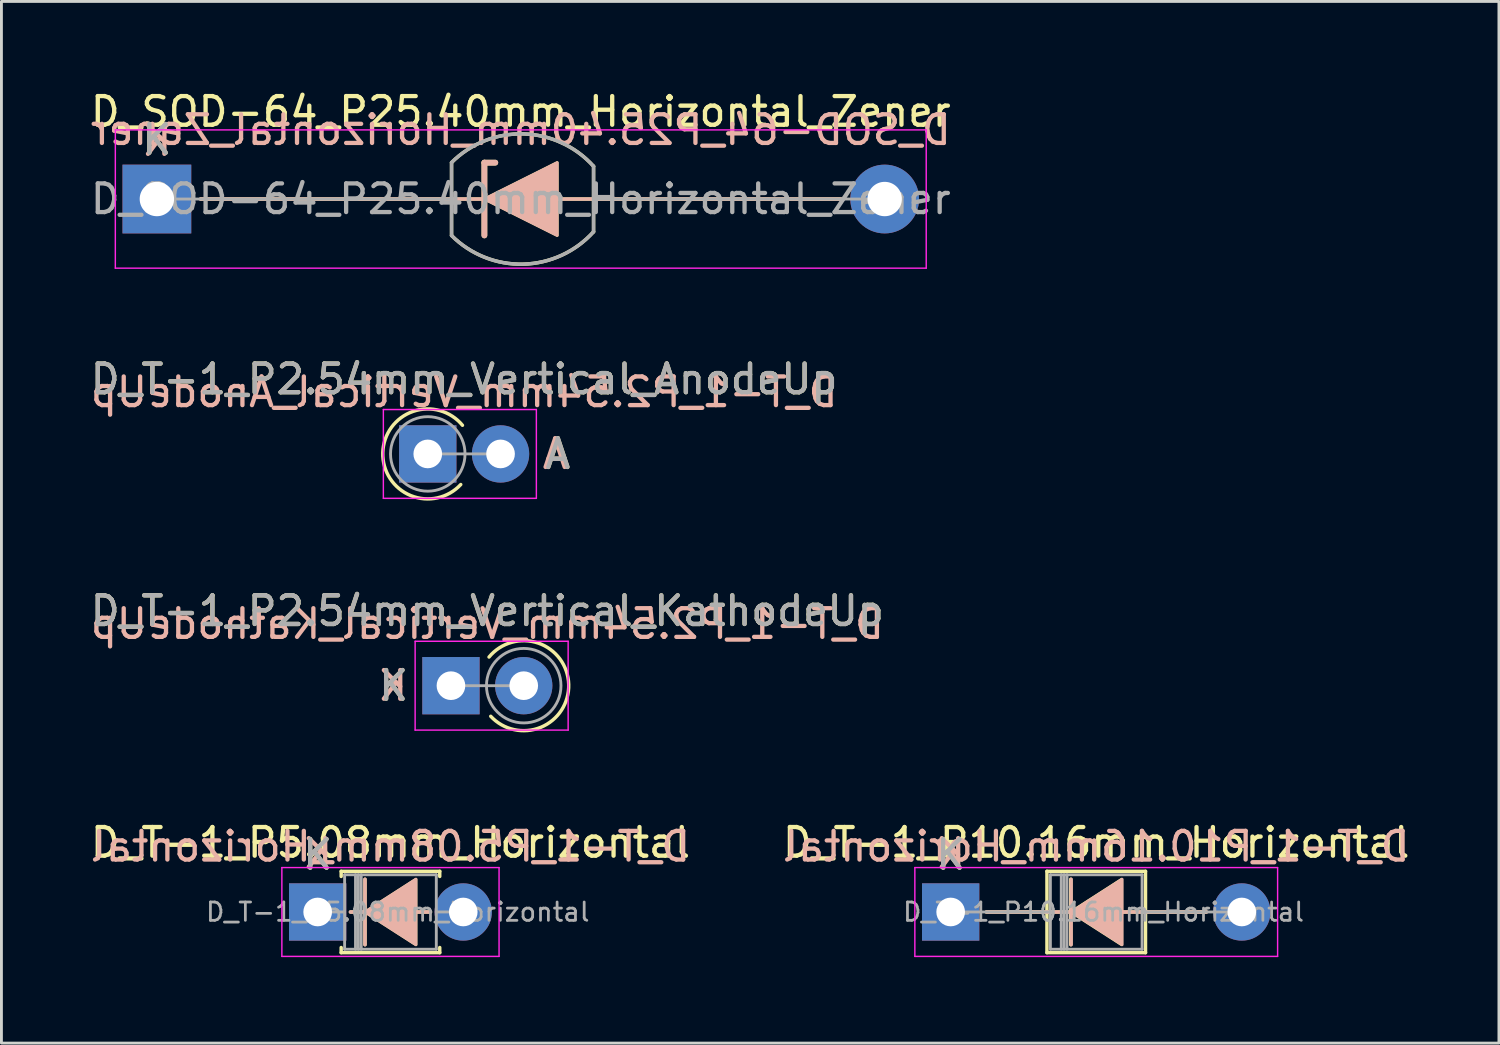
<source format=kicad_pcb>
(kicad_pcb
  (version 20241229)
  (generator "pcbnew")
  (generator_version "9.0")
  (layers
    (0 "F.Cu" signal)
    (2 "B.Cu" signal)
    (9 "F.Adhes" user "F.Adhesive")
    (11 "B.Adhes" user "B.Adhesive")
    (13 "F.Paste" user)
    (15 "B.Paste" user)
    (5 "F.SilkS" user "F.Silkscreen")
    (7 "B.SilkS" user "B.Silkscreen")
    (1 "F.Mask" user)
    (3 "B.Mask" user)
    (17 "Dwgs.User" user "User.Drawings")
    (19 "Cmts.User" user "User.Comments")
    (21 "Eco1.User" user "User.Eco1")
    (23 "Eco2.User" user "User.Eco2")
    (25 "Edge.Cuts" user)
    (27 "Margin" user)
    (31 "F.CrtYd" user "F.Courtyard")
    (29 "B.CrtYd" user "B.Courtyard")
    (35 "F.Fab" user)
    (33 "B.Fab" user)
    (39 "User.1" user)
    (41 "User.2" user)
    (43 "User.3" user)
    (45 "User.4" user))
  (footprint "D_T-1_P5.08mm_Horizontal"
    (layer "F.Cu")
    (at 8.037 28.778)
    (property "Reference" "D_T-1_P5.08mm_Horizontal" (at 2.54 -2.42 0) (layer "F.SilkS") (effects (font (size 1 1) (thickness 0.15))))
    (fp_line (start 0.82 -1.42) (end 4.26 -1.42) (stroke (width 0.12) (type solid)) (layer "F.SilkS"))
    (fp_line (start 0.82 -1.24) (end 0.82 -1.42) (stroke (width 0.12) (type solid)) (layer "F.SilkS"))
    (fp_line (start 0.82 1.24) (end 0.82 1.42) (stroke (width 0.12) (type solid)) (layer "F.SilkS"))
    (fp_line (start 0.82 1.42) (end 4.26 1.42) (stroke (width 0.12) (type solid)) (layer "F.SilkS"))
    (fp_line (start 1.651 -1.143) (end 1.651 1.143) (stroke (width 0.12) (type solid)) (layer "F.SilkS"))
    (fp_line (start 1.778 0) (end 1.143 0) (stroke (width 0.12) (type solid)) (layer "F.SilkS"))
    (fp_line (start 3.429 0) (end 3.937 0) (stroke (width 0.12) (type solid)) (layer "F.SilkS"))
    (fp_line (start 4.26 -1.42) (end 4.26 -1.24) (stroke (width 0.12) (type solid)) (layer "F.SilkS"))
    (fp_line (start 4.26 1.42) (end 4.26 1.24) (stroke (width 0.12) (type solid)) (layer "F.SilkS"))
    (fp_poly (pts (xy 3.429 1.143) (xy 1.651 0) (xy 3.429 -1.143)) (stroke (width 0.1) (type solid)) (fill yes) (layer "F.SilkS"))
    (fp_line (start 1.651 1.143) (end 1.651 -1.143) (stroke (width 0.12) (type solid)) (layer "B.SilkS"))
    (fp_line (start 1.778 0) (end 1.143 0) (stroke (width 0.12) (type solid)) (layer "B.SilkS"))
    (fp_line (start 3.429 0) (end 3.937 0) (stroke (width 0.12) (type solid)) (layer "B.SilkS"))
    (fp_poly (pts (xy 3.429 -1.143) (xy 1.651 0) (xy 3.429 1.143)) (stroke (width 0.1) (type solid)) (fill yes) (layer "B.SilkS"))
    (fp_line (start -1.25 -1.55) (end -1.25 1.55) (stroke (width 0.05) (type solid)) (layer "F.CrtYd"))
    (fp_line (start -1.25 1.55) (end 6.33 1.55) (stroke (width 0.05) (type solid)) (layer "F.CrtYd"))
    (fp_line (start 6.33 -1.55) (end -1.25 -1.55) (stroke (width 0.05) (type solid)) (layer "F.CrtYd"))
    (fp_line (start 6.33 1.55) (end 6.33 -1.55) (stroke (width 0.05) (type solid)) (layer "F.CrtYd"))
    (fp_line (start 0 0) (end 0.94 0) (stroke (width 0.1) (type solid)) (layer "F.Fab"))
    (fp_line (start 0.94 -1.3) (end 0.94 1.3) (stroke (width 0.1) (type solid)) (layer "F.Fab"))
    (fp_line (start 0.94 1.3) (end 4.14 1.3) (stroke (width 0.1) (type solid)) (layer "F.Fab"))
    (fp_line (start 1.32 -1.3) (end 1.32 1.3) (stroke (width 0.1) (type solid)) (layer "F.Fab"))
    (fp_line (start 1.42 -1.3) (end 1.42 1.3) (stroke (width 0.1) (type solid)) (layer "F.Fab"))
    (fp_line (start 1.52 -1.3) (end 1.52 1.3) (stroke (width 0.1) (type solid)) (layer "F.Fab"))
    (fp_line (start 4.14 -1.3) (end 0.94 -1.3) (stroke (width 0.1) (type solid)) (layer "F.Fab"))
    (fp_line (start 4.14 1.3) (end 4.14 -1.3) (stroke (width 0.1) (type solid)) (layer "F.Fab"))
    (fp_line (start 5.08 0) (end 4.14 0) (stroke (width 0.1) (type solid)) (layer "F.Fab"))
    (fp_text user "K" (at 0 -2 0) (layer "F.SilkS") (effects (font (size 1 1) (thickness 0.15))))
    (fp_text user "K" (at 0 -2.032 0) (layer "B.SilkS") (effects (font (size 1 1) (thickness 0.15)) (justify mirror)))
    (fp_text user "${REFERENCE}" (at 2.54 -2.286 0) (layer "B.SilkS") (effects (font (size 1 1) (thickness 0.15)) (justify mirror)))
    (fp_text user "K" (at 0 -2 0) (layer "F.Fab") (effects (font (size 1 1) (thickness 0.15))))
    (fp_text user "${REFERENCE}" (at 2.794 0 0) (layer "F.Fab") (effects (font (size 0.64 0.64) (thickness 0.096))))
    (pad "1" thru_hole rect (at 0 0) (size 2 2) (drill 1) (layers "*.Cu" "*.Mask"))
    (pad "2" thru_hole oval (at 5.08 0) (size 2 2) (drill 1) (layers "*.Cu" "*.Mask")))
  (footprint "D_SOD-64_P25.40mm_Horizontal_Zener"
    (layer "F.Cu")
    (at 2.425 3.896)
    (property "Reference" "D_SOD-64_P25.40mm_Horizontal_Zener" (at 12.7 -3.048 0) (layer "F.SilkS") (effects (font (size 1 1) (thickness 0.15))))
    (fp_line (start 1.524 0) (end 23.876 0) (stroke (width 0.12) (type solid)) (layer "F.SilkS"))
    (fp_line (start 10.284 1.27) (end 10.284 -1.273) (stroke (width 0.12) (type solid)) (layer "F.SilkS"))
    (fp_line (start 11.43 -1.27) (end 11.811 -1.27) (stroke (width 0.2) (type solid)) (layer "F.SilkS"))
    (fp_line (start 11.43 1.27) (end 11.43 -1.27) (stroke (width 0.2) (type solid)) (layer "F.SilkS"))
    (fp_line (start 15.24 -1.143) (end 15.24 1.143) (stroke (width 0.12) (type solid)) (layer "F.SilkS"))
    (fp_arc (start 10.28366 -1.27334) (mid 12.789833 -2.273039) (end 15.239998 -1.143) (stroke (width 0.12) (type solid)) (layer "F.SilkS"))
    (fp_arc (start 15.24 1.143) (mid 12.790216 2.273029) (end 10.284202 1.273879) (stroke (width 0.12) (type solid)) (layer "F.SilkS"))
    (fp_poly (pts (xy 13.97 1.27) (xy 11.43 0) (xy 13.97 -1.27)) (stroke (width 0.1) (type solid)) (fill yes) (layer "F.SilkS"))
    (fp_line (start 1.524 0) (end 23.876 0) (stroke (width 0.12) (type solid)) (layer "B.SilkS"))
    (fp_line (start 11.43 -1.27) (end 11.43 1.27) (stroke (width 0.2) (type solid)) (layer "B.SilkS"))
    (fp_line (start 11.43 -1.27) (end 11.811 -1.27) (stroke (width 0.2) (type solid)) (layer "B.SilkS"))
    (fp_poly (pts (xy 13.97 -1.27) (xy 11.43 0) (xy 13.97 1.27)) (stroke (width 0.1) (type solid)) (fill yes) (layer "B.SilkS"))
    (fp_line (start -1.45 -2.413) (end -1.45 2.413) (stroke (width 0.05) (type solid)) (layer "F.CrtYd"))
    (fp_line (start -1.45 2.413) (end 26.85 2.413) (stroke (width 0.05) (type solid)) (layer "F.CrtYd"))
    (fp_line (start 26.85 -2.413) (end -1.45 -2.413) (stroke (width 0.05) (type solid)) (layer "F.CrtYd"))
    (fp_line (start 26.85 2.413) (end 26.85 -2.413) (stroke (width 0.05) (type solid)) (layer "F.CrtYd"))
    (fp_line (start 0 0) (end 10.284 0.000269) (stroke (width 0.1) (type solid)) (layer "F.Fab"))
    (fp_line (start 10.284 1.274) (end 10.284 -1.273) (stroke (width 0.12) (type solid)) (layer "F.Fab"))
    (fp_line (start 15.24 -1.143) (end 15.24 1.143) (stroke (width 0.12) (type solid)) (layer "F.Fab"))
    (fp_line (start 25.4 0) (end 15.24 0) (stroke (width 0.1) (type solid)) (layer "F.Fab"))
    (fp_arc (start 10.2842 -1.273879) (mid 12.790214 -2.273029) (end 15.239998 -1.143) (stroke (width 0.12) (type solid)) (layer "F.Fab"))
    (fp_arc (start 15.24 1.143) (mid 12.790216 2.273029) (end 10.284202 1.273879) (stroke (width 0.12) (type solid)) (layer "F.Fab"))
    (fp_text user "K" (at 0 -2.073 0) (layer "F.SilkS") (effects (font (size 1 1) (thickness 0.15))))
    (fp_text user "K" (at 0 -2.032 0) (layer "B.SilkS") (effects (font (size 1 1) (thickness 0.15)) (justify mirror)))
    (fp_text user "${REFERENCE}" (at 12.7 -2.413 0) (layer "B.SilkS") (effects (font (size 1 1) (thickness 0.15)) (justify mirror)))
    (fp_text user "${REFERENCE}" (at 12.7 0 0) (layer "F.Fab") (effects (font (size 1 1) (thickness 0.15))))
    (fp_text user "K" (at 0 -2.073 0) (layer "F.Fab") (effects (font (size 1 1) (thickness 0.15))))
    (pad "1" thru_hole rect (at 0 0) (size 2.4 2.4) (drill 1.2) (layers "*.Cu" "*.Mask"))
    (pad "2" thru_hole oval (at 25.4 0) (size 2.4 2.4) (drill 1.2) (layers "*.Cu" "*.Mask")))
  (footprint "D_T-1_P10.16mm_Horizontal"
    (layer "F.Cu")
    (at 30.128 28.778)
    (property "Reference" "D_T-1_P10.16mm_Horizontal" (at 5.08 -2.42 0) (layer "F.SilkS") (effects (font (size 1 1) (thickness 0.15))))
    (fp_line (start 1.24 0) (end 3.36 0) (stroke (width 0.12) (type solid)) (layer "F.SilkS"))
    (fp_line (start 3.36 -1.42) (end 3.36 1.42) (stroke (width 0.12) (type solid)) (layer "F.SilkS"))
    (fp_line (start 3.36 1.42) (end 6.8 1.42) (stroke (width 0.12) (type solid)) (layer "F.SilkS"))
    (fp_line (start 4.191 -1.143) (end 4.191 1.143) (stroke (width 0.12) (type solid)) (layer "F.SilkS"))
    (fp_line (start 4.318 0) (end 3.36 0) (stroke (width 0.12) (type solid)) (layer "F.SilkS"))
    (fp_line (start 5.969 0) (end 6.8 0) (stroke (width 0.12) (type solid)) (layer "F.SilkS"))
    (fp_line (start 6.8 -1.42) (end 3.36 -1.42) (stroke (width 0.12) (type solid)) (layer "F.SilkS"))
    (fp_line (start 6.8 1.42) (end 6.8 -1.42) (stroke (width 0.12) (type solid)) (layer "F.SilkS"))
    (fp_line (start 8.92 0) (end 6.8 0) (stroke (width 0.12) (type solid)) (layer "F.SilkS"))
    (fp_poly (pts (xy 5.969 1.143) (xy 4.191 0) (xy 5.969 -1.143)) (stroke (width 0.1) (type solid)) (fill yes) (layer "F.SilkS"))
    (fp_line (start 1.254 0) (end 3.374 0) (stroke (width 0.12) (type solid)) (layer "B.SilkS"))
    (fp_line (start 4.205 1.143) (end 4.205 -1.143) (stroke (width 0.12) (type solid)) (layer "B.SilkS"))
    (fp_line (start 4.332 0) (end 3.374 0) (stroke (width 0.12) (type solid)) (layer "B.SilkS"))
    (fp_line (start 5.983 0) (end 6.814 0) (stroke (width 0.12) (type solid)) (layer "B.SilkS"))
    (fp_line (start 8.934 0) (end 6.814 0) (stroke (width 0.12) (type solid)) (layer "B.SilkS"))
    (fp_poly (pts (xy 5.983 -1.143) (xy 4.205 0) (xy 5.983 1.143)) (stroke (width 0.1) (type solid)) (fill yes) (layer "B.SilkS"))
    (fp_line (start -1.25 -1.55) (end -1.25 1.55) (stroke (width 0.05) (type solid)) (layer "F.CrtYd"))
    (fp_line (start -1.25 1.55) (end 11.41 1.55) (stroke (width 0.05) (type solid)) (layer "F.CrtYd"))
    (fp_line (start 11.41 -1.55) (end -1.25 -1.55) (stroke (width 0.05) (type solid)) (layer "F.CrtYd"))
    (fp_line (start 11.41 1.55) (end 11.41 -1.55) (stroke (width 0.05) (type solid)) (layer "F.CrtYd"))
    (fp_line (start 0 0) (end 3.48 0) (stroke (width 0.1) (type solid)) (layer "F.Fab"))
    (fp_line (start 3.48 -1.3) (end 3.48 1.3) (stroke (width 0.1) (type solid)) (layer "F.Fab"))
    (fp_line (start 3.48 1.3) (end 6.68 1.3) (stroke (width 0.1) (type solid)) (layer "F.Fab"))
    (fp_line (start 3.86 -1.3) (end 3.86 1.3) (stroke (width 0.1) (type solid)) (layer "F.Fab"))
    (fp_line (start 3.96 -1.3) (end 3.96 1.3) (stroke (width 0.1) (type solid)) (layer "F.Fab"))
    (fp_line (start 4.06 -1.3) (end 4.06 1.3) (stroke (width 0.1) (type solid)) (layer "F.Fab"))
    (fp_line (start 6.68 -1.3) (end 3.48 -1.3) (stroke (width 0.1) (type solid)) (layer "F.Fab"))
    (fp_line (start 6.68 1.3) (end 6.68 -1.3) (stroke (width 0.1) (type solid)) (layer "F.Fab"))
    (fp_line (start 10.16 0) (end 6.68 0) (stroke (width 0.1) (type solid)) (layer "F.Fab"))
    (fp_text user "K" (at 0 -2 0) (layer "F.SilkS") (effects (font (size 1 1) (thickness 0.15))))
    (fp_text user "${REFERENCE}" (at 5.08 -2.286 0) (layer "B.SilkS") (effects (font (size 1 1) (thickness 0.15)) (justify mirror)))
    (fp_text user "K" (at 0 -2.032 0) (layer "B.SilkS") (effects (font (size 1 1) (thickness 0.15)) (justify mirror)))
    (fp_text user "${REFERENCE}" (at 5.334 0 0) (layer "F.Fab") (effects (font (size 0.64 0.64) (thickness 0.096))))
    (fp_text user "K" (at 0 -2 0) (layer "F.Fab") (effects (font (size 1 1) (thickness 0.15))))
    (pad "1" thru_hole rect (at 0 0) (size 2 2) (drill 1) (layers "*.Cu" "*.Mask"))
    (pad "2" thru_hole oval (at 10.16 0) (size 2 2) (drill 1) (layers "*.Cu" "*.Mask")))
  (footprint "D_T-1_P2.54mm_Vertical_KathodeUp"
    (layer "F.Cu")
    (at 12.688 20.88)
    (property "Reference" "D_T-1_P2.54mm_Vertical_KathodeUp" (at 1.27 -2.609 0) (layer "F.SilkS") (effects (font (size 1 1) (thickness 0.15))))
    (fp_arc (start 1.329228 -1) (mid 4.10969 -0.045178) (end 1.388747 1.067982) (stroke (width 0.12) (type solid)) (layer "F.SilkS"))
    (fp_line (start -1.25 -1.55) (end -1.25 1.55) (stroke (width 0.05) (type solid)) (layer "F.CrtYd"))
    (fp_line (start -1.25 1.55) (end 4.09 1.55) (stroke (width 0.05) (type solid)) (layer "F.CrtYd"))
    (fp_line (start 4.09 -1.55) (end -1.25 -1.55) (stroke (width 0.05) (type solid)) (layer "F.CrtYd"))
    (fp_line (start 4.09 1.55) (end 4.09 -1.55) (stroke (width 0.05) (type solid)) (layer "F.CrtYd"))
    (fp_line (start 0 0) (end 2.54 0) (stroke (width 0.1) (type solid)) (layer "F.Fab"))
    (fp_circle (center 2.54 0) (end 3.84 0) (stroke (width 0.1) (type solid)) (fill no) (layer "F.Fab"))
    (fp_text user "K" (at -2 0 0) (layer "F.SilkS") (effects (font (size 1 1) (thickness 0.15))))
    (fp_text user "K" (at -2.032 0 0) (layer "B.SilkS") (effects (font (size 1 1) (thickness 0.15)) (justify mirror)))
    (fp_text user "${REFERENCE}" (at 1.27 -2.159 0) (layer "B.SilkS") (effects (font (size 1 1) (thickness 0.15)) (justify mirror)))
    (fp_text user "K" (at -2 0 0) (layer "F.Fab") (effects (font (size 1 1) (thickness 0.15))))
    (fp_text user "${REFERENCE}" (at 1.27 -2.609 0) (layer "F.Fab") (effects (font (size 1 1) (thickness 0.15))))
    (pad "1" thru_hole rect (at 0 0) (size 2 2) (drill 1) (layers "*.Cu" "*.Mask"))
    (pad "2" thru_hole oval (at 2.54 0) (size 2 2) (drill 1) (layers "*.Cu" "*.Mask")))
  (footprint "D_T-1_P2.54mm_Vertical_AnodeUp"
    (layer "F.Cu")
    (at 11.879 12.792)
    (property "Reference" "D_T-1_P2.54mm_Vertical_AnodeUp" (at 1.27 -2.609 0) (layer "F.SilkS") (effects (font (size 1 1) (thickness 0.15))))
    (fp_arc (start 1.151253 1.067982) (mid -1.56969 -0.045178) (end 1.210772 -1) (stroke (width 0.12) (type solid)) (layer "F.SilkS"))
    (fp_line (start -1.55 -1.55) (end -1.55 1.55) (stroke (width 0.05) (type solid)) (layer "F.CrtYd"))
    (fp_line (start -1.55 1.55) (end 3.79 1.55) (stroke (width 0.05) (type solid)) (layer "F.CrtYd"))
    (fp_line (start 3.79 -1.55) (end -1.55 -1.55) (stroke (width 0.05) (type solid)) (layer "F.CrtYd"))
    (fp_line (start 3.79 1.55) (end 3.79 -1.55) (stroke (width 0.05) (type solid)) (layer "F.CrtYd"))
    (fp_line (start 0 0) (end 2.54 0) (stroke (width 0.1) (type solid)) (layer "F.Fab"))
    (fp_circle (center 0 0) (end 1.3 0) (stroke (width 0.1) (type solid)) (fill no) (layer "F.Fab"))
    (fp_text user "A" (at 4.54 0 0) (layer "F.SilkS") (effects (font (size 1 1) (thickness 0.15))))
    (fp_text user "A" (at 4.445 0 0) (layer "B.SilkS") (effects (font (size 1 1) (thickness 0.15)) (justify mirror)))
    (fp_text user "${REFERENCE}" (at 1.27 -2.159 0) (layer "B.SilkS") (effects (font (size 1 1) (thickness 0.15)) (justify mirror)))
    (fp_text user "A" (at 4.54 0 0) (layer "F.Fab") (effects (font (size 1 1) (thickness 0.15))))
    (fp_text user "${REFERENCE}" (at 1.27 -2.609 0) (layer "F.Fab") (effects (font (size 1 1) (thickness 0.15))))
    (pad "1" thru_hole rect (at 0 0) (size 2 2) (drill 1) (layers "*.Cu" "*.Mask"))
    (pad "2" thru_hole oval (at 2.54 0) (size 2 2) (drill 1) (layers "*.Cu" "*.Mask")))
  (gr_rect
    (start -3 -3)
    (end 49.262 33.353)
    (stroke (width 0.1) (type default))
    (fill no)
    (layer "Edge.Cuts")))
</source>
